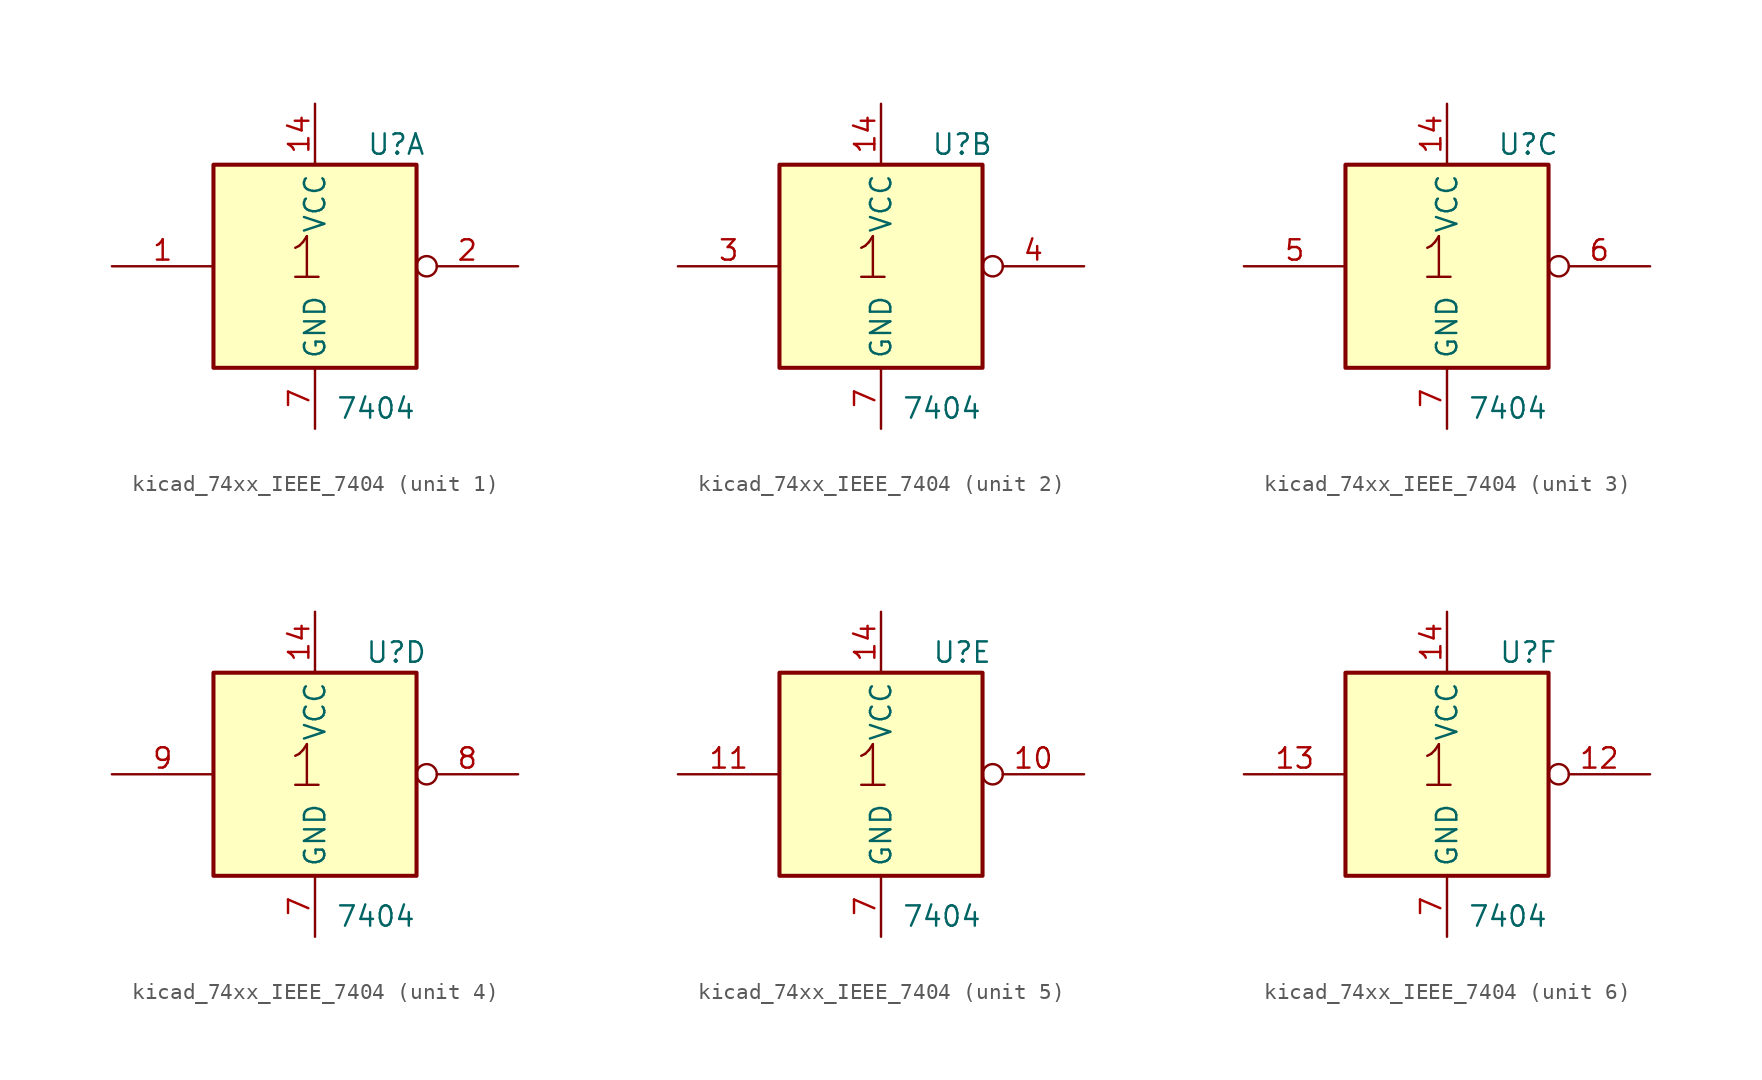
<source format=kicad_sym>
(kicad_symbol_lib
  (version 20220914)
  (generator kicad_symbol_editor)
  (symbol "kicad_74xx_IEEE_7404"
    (property "Reference" "U"
      (at 5.08 7.62 0)
      (effects (font (size 1.27 1.27))))
    (property "Value" "7404"
      (at 3.81 -8.89 0)
      (effects (font (size 1.27 1.27))))
    (symbol "kicad_74xx_IEEE_7404_0_0"
      (text "1" (at -0.508 0.508 0) (effects (font (size 2.54 2.54)))))
    (symbol "kicad_74xx_IEEE_7404_0_1"
      (rectangle (start -6.35 6.35) (end 6.35 -6.35) (stroke (width 0.254) (type default)) (fill (type background)))
      (pin power_in line (at 0 10.16 270) (length 3.81) (name "VCC" (effects (font (size 1.27 1.27)))) (number "14" (effects (font (size 1.27 1.27)))))
      (pin power_in line (at 0 -10.16 90) (length 3.81) (name "GND" (effects (font (size 1.27 1.27)))) (number "7" (effects (font (size 1.27 1.27))))))
    (symbol "kicad_74xx_IEEE_7404_1_1"
      (pin input line (at -12.7 0 0) (length 6.35) (name "~" (effects (font (size 1.27 1.27)))) (number "1" (effects (font (size 1.27 1.27)))))
      (pin input inverted (at 12.7 0 180) (length 6.35) (name "~" (effects (font (size 1.27 1.27)))) (number "2" (effects (font (size 1.27 1.27))))))
    (symbol "kicad_74xx_IEEE_7404_2_1"
      (pin input line (at -12.7 0 0) (length 6.35) (name "~" (effects (font (size 1.27 1.27)))) (number "3" (effects (font (size 1.27 1.27)))))
      (pin input inverted (at 12.7 0 180) (length 6.35) (name "~" (effects (font (size 1.27 1.27)))) (number "4" (effects (font (size 1.27 1.27))))))
    (symbol "kicad_74xx_IEEE_7404_3_1"
      (pin input line (at -12.7 0 0) (length 6.35) (name "~" (effects (font (size 1.27 1.27)))) (number "5" (effects (font (size 1.27 1.27)))))
      (pin input inverted (at 12.7 0 180) (length 6.35) (name "~" (effects (font (size 1.27 1.27)))) (number "6" (effects (font (size 1.27 1.27))))))
    (symbol "kicad_74xx_IEEE_7404_4_1"
      (pin input inverted (at 12.7 0 180) (length 6.35) (name "~" (effects (font (size 1.27 1.27)))) (number "8" (effects (font (size 1.27 1.27)))))
      (pin input line (at -12.7 0 0) (length 6.35) (name "~" (effects (font (size 1.27 1.27)))) (number "9" (effects (font (size 1.27 1.27))))))
    (symbol "kicad_74xx_IEEE_7404_5_1"
      (pin input inverted (at 12.7 0 180) (length 6.35) (name "~" (effects (font (size 1.27 1.27)))) (number "10" (effects (font (size 1.27 1.27)))))
      (pin input line (at -12.7 0 0) (length 6.35) (name "~" (effects (font (size 1.27 1.27)))) (number "11" (effects (font (size 1.27 1.27))))))
    (symbol "kicad_74xx_IEEE_7404_6_1"
      (pin input inverted (at 12.7 0 180) (length 6.35) (name "~" (effects (font (size 1.27 1.27)))) (number "12" (effects (font (size 1.27 1.27)))))
      (pin input line (at -12.7 0 0) (length 6.35) (name "~" (effects (font (size 1.27 1.27)))) (number "13" (effects (font (size 1.27 1.27))))))))
</source>
